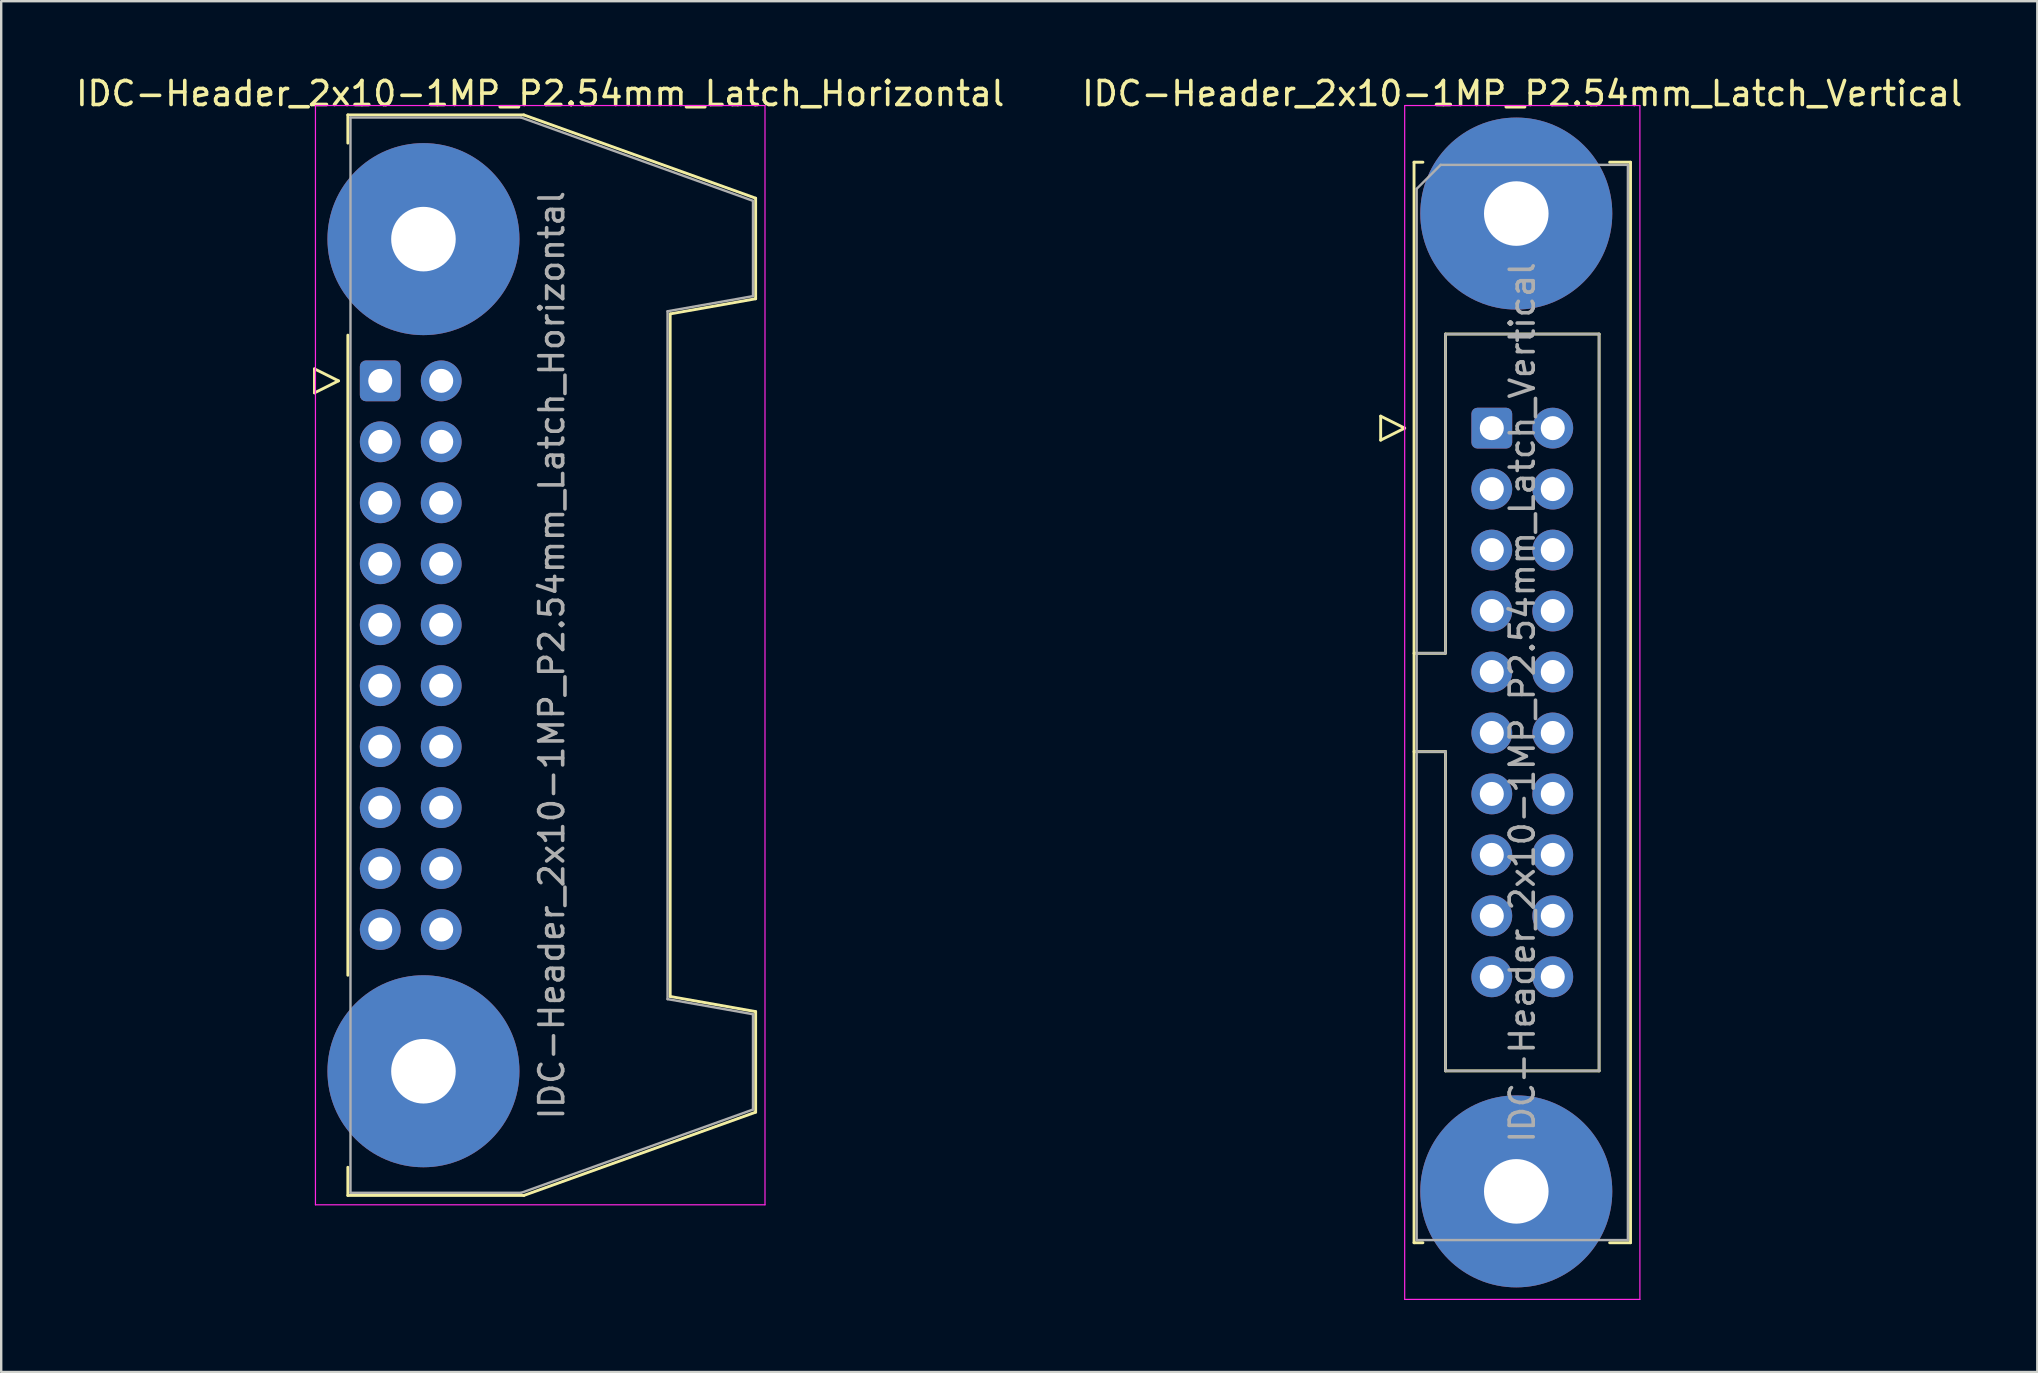
<source format=kicad_pcb>
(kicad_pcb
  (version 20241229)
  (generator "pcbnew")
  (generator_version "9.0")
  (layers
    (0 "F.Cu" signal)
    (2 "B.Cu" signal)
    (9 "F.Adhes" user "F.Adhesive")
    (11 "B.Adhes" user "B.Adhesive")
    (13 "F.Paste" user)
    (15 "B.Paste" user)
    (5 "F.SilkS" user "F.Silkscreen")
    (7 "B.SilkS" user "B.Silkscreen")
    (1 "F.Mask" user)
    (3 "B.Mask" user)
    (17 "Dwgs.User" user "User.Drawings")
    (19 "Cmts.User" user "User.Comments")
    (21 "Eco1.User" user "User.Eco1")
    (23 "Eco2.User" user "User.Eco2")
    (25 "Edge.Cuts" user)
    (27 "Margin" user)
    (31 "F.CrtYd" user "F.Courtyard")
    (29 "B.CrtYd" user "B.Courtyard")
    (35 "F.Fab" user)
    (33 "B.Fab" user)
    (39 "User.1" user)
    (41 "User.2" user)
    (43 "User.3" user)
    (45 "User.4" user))
  (footprint "IDC-Header_2x10-1MP_P2.54mm_Latch_Horizontal"
    (layer "F.Cu")
    (at 12.793 12.818)
    (property "Reference" "IDC-Header_2x10-1MP_P2.54mm_Latch_Horizontal" (at 6.665 -11.97 0) (layer "F.SilkS") (effects (font (size 1 1) (thickness 0.15))))
    (attr through_hole)
    (fp_line (start -2.74 -0.5) (end -2.74 0.5) (stroke (width 0.12) (type solid)) (layer "F.SilkS"))
    (fp_line (start -2.74 0.5) (end -1.74 0) (stroke (width 0.12) (type solid)) (layer "F.SilkS"))
    (fp_line (start -1.74 0) (end -2.74 -0.5) (stroke (width 0.12) (type solid)) (layer "F.SilkS"))
    (fp_line (start -1.35 -11.08) (end -1.35 -9.905) (stroke (width 0.12) (type solid)) (layer "F.SilkS"))
    (fp_line (start -1.35 -11.08) (end 5.98 -11.08) (stroke (width 0.12) (type solid)) (layer "F.SilkS"))
    (fp_line (start -1.35 -1.905) (end -1.35 24.765) (stroke (width 0.12) (type solid)) (layer "F.SilkS"))
    (fp_line (start -1.35 32.765) (end -1.35 33.94) (stroke (width 0.12) (type solid)) (layer "F.SilkS"))
    (fp_line (start 5.98 -11.08) (end 15.64 -7.61) (stroke (width 0.12) (type solid)) (layer "F.SilkS"))
    (fp_line (start 5.98 33.94) (end -1.35 33.94) (stroke (width 0.12) (type solid)) (layer "F.SilkS"))
    (fp_line (start 12.08 -2.79) (end 12.08 25.65) (stroke (width 0.12) (type solid)) (layer "F.SilkS"))
    (fp_line (start 12.08 25.65) (end 15.64 26.28) (stroke (width 0.12) (type solid)) (layer "F.SilkS"))
    (fp_line (start 15.64 -7.61) (end 15.64 -3.42) (stroke (width 0.12) (type solid)) (layer "F.SilkS"))
    (fp_line (start 15.64 -3.42) (end 12.08 -2.79) (stroke (width 0.12) (type solid)) (layer "F.SilkS"))
    (fp_line (start 15.64 26.28) (end 15.64 30.47) (stroke (width 0.12) (type solid)) (layer "F.SilkS"))
    (fp_line (start 15.64 30.47) (end 5.98 33.94) (stroke (width 0.12) (type solid)) (layer "F.SilkS"))
    (fp_line (start -2.7 -11.47) (end -2.7 34.33) (stroke (width 0.05) (type solid)) (layer "F.CrtYd"))
    (fp_line (start -2.7 34.33) (end 16.03 34.33) (stroke (width 0.05) (type solid)) (layer "F.CrtYd"))
    (fp_line (start 16.03 -11.47) (end -2.7 -11.47) (stroke (width 0.05) (type solid)) (layer "F.CrtYd"))
    (fp_line (start 16.03 34.33) (end 16.03 -11.47) (stroke (width 0.05) (type solid)) (layer "F.CrtYd"))
    (fp_line (start -1.24 -10.97) (end 5.87 -10.97) (stroke (width 0.1) (type solid)) (layer "F.Fab"))
    (fp_line (start -1.24 33.83) (end -1.24 -10.97) (stroke (width 0.1) (type solid)) (layer "F.Fab"))
    (fp_line (start 5.87 -10.97) (end 15.53 -7.5) (stroke (width 0.1) (type solid)) (layer "F.Fab"))
    (fp_line (start 5.87 33.83) (end -1.24 33.83) (stroke (width 0.1) (type solid)) (layer "F.Fab"))
    (fp_line (start 11.97 -2.9) (end 11.97 25.76) (stroke (width 0.1) (type solid)) (layer "F.Fab"))
    (fp_line (start 11.97 25.76) (end 15.53 26.39) (stroke (width 0.1) (type solid)) (layer "F.Fab"))
    (fp_line (start 15.53 -7.5) (end 15.53 -3.53) (stroke (width 0.1) (type solid)) (layer "F.Fab"))
    (fp_line (start 15.53 -3.53) (end 11.97 -2.9) (stroke (width 0.1) (type solid)) (layer "F.Fab"))
    (fp_line (start 15.53 26.39) (end 15.53 30.36) (stroke (width 0.1) (type solid)) (layer "F.Fab"))
    (fp_line (start 15.53 30.36) (end 5.87 33.83) (stroke (width 0.1) (type solid)) (layer "F.Fab"))
    (fp_text user "${REFERENCE}" (at 7.145 11.43 90) (layer "F.Fab") (effects (font (size 1 1) (thickness 0.15))))
    (pad "1" thru_hole roundrect (at 0 0) (size 1.7 1.7) (drill 1) (layers "*.Cu" "*.Mask") (roundrect_rratio 0.147))
    (pad "2" thru_hole circle (at 2.54 0) (size 1.7 1.7) (drill 1) (layers "*.Cu" "*.Mask"))
    (pad "3" thru_hole circle (at 0 2.54) (size 1.7 1.7) (drill 1) (layers "*.Cu" "*.Mask"))
    (pad "4" thru_hole circle (at 2.54 2.54) (size 1.7 1.7) (drill 1) (layers "*.Cu" "*.Mask"))
    (pad "5" thru_hole circle (at 0 5.08) (size 1.7 1.7) (drill 1) (layers "*.Cu" "*.Mask"))
    (pad "6" thru_hole circle (at 2.54 5.08) (size 1.7 1.7) (drill 1) (layers "*.Cu" "*.Mask"))
    (pad "7" thru_hole circle (at 0 7.62) (size 1.7 1.7) (drill 1) (layers "*.Cu" "*.Mask"))
    (pad "8" thru_hole circle (at 2.54 7.62) (size 1.7 1.7) (drill 1) (layers "*.Cu" "*.Mask"))
    (pad "9" thru_hole circle (at 0 10.16) (size 1.7 1.7) (drill 1) (layers "*.Cu" "*.Mask"))
    (pad "10" thru_hole circle (at 2.54 10.16) (size 1.7 1.7) (drill 1) (layers "*.Cu" "*.Mask"))
    (pad "11" thru_hole circle (at 0 12.7) (size 1.7 1.7) (drill 1) (layers "*.Cu" "*.Mask"))
    (pad "12" thru_hole circle (at 2.54 12.7) (size 1.7 1.7) (drill 1) (layers "*.Cu" "*.Mask"))
    (pad "13" thru_hole circle (at 0 15.24) (size 1.7 1.7) (drill 1) (layers "*.Cu" "*.Mask"))
    (pad "14" thru_hole circle (at 2.54 15.24) (size 1.7 1.7) (drill 1) (layers "*.Cu" "*.Mask"))
    (pad "15" thru_hole circle (at 0 17.78) (size 1.7 1.7) (drill 1) (layers "*.Cu" "*.Mask"))
    (pad "16" thru_hole circle (at 2.54 17.78) (size 1.7 1.7) (drill 1) (layers "*.Cu" "*.Mask"))
    (pad "17" thru_hole circle (at 0 20.32) (size 1.7 1.7) (drill 1) (layers "*.Cu" "*.Mask"))
    (pad "18" thru_hole circle (at 2.54 20.32) (size 1.7 1.7) (drill 1) (layers "*.Cu" "*.Mask"))
    (pad "19" thru_hole circle (at 0 22.86) (size 1.7 1.7) (drill 1) (layers "*.Cu" "*.Mask"))
    (pad "20" thru_hole circle (at 2.54 22.86) (size 1.7 1.7) (drill 1) (layers "*.Cu" "*.Mask"))
    (pad "MP" thru_hole circle (at 1.8 -5.905) (size 8 8) (drill 2.69) (layers "*.Cu" "*.Mask"))
    (pad "MP" thru_hole circle (at 1.8 28.765) (size 8 8) (drill 2.69) (layers "*.Cu" "*.Mask")))
  (footprint "IDC-Header_2x10-1MP_P2.54mm_Latch_Vertical"
    (layer "F.Cu")
    (at 59.105 14.788)
    (property "Reference" "IDC-Header_2x10-1MP_P2.54mm_Latch_Vertical" (at 1.27 -13.94 0) (layer "F.SilkS") (effects (font (size 1 1) (thickness 0.15))))
    (attr through_hole)
    (fp_line (start -4.63 -0.5) (end -4.63 0.5) (stroke (width 0.12) (type solid)) (layer "F.SilkS"))
    (fp_line (start -4.63 0.5) (end -3.63 0) (stroke (width 0.12) (type solid)) (layer "F.SilkS"))
    (fp_line (start -3.63 0) (end -4.63 -0.5) (stroke (width 0.12) (type solid)) (layer "F.SilkS"))
    (fp_line (start -3.24 -11.08) (end -3.24 33.94) (stroke (width 0.12) (type solid)) (layer "F.SilkS"))
    (fp_line (start -3.24 9.38) (end -1.93 9.38) (stroke (width 0.12) (type solid)) (layer "F.SilkS"))
    (fp_line (start -3.24 33.94) (end -2.87 33.94) (stroke (width 0.12) (type solid)) (layer "F.SilkS"))
    (fp_line (start -2.87 -11.08) (end -3.24 -11.08) (stroke (width 0.12) (type solid)) (layer "F.SilkS"))
    (fp_line (start -1.93 -3.92) (end 4.47 -3.92) (stroke (width 0.12) (type solid)) (layer "F.SilkS"))
    (fp_line (start -1.93 9.38) (end -1.93 -3.92) (stroke (width 0.12) (type solid)) (layer "F.SilkS"))
    (fp_line (start -1.93 13.48) (end -3.24 13.48) (stroke (width 0.12) (type solid)) (layer "F.SilkS"))
    (fp_line (start -1.93 13.48) (end -1.93 13.48) (stroke (width 0.12) (type solid)) (layer "F.SilkS"))
    (fp_line (start -1.93 26.78) (end -1.93 13.48) (stroke (width 0.12) (type solid)) (layer "F.SilkS"))
    (fp_line (start 4.47 -3.92) (end 4.47 26.78) (stroke (width 0.12) (type solid)) (layer "F.SilkS"))
    (fp_line (start 4.47 26.78) (end -1.93 26.78) (stroke (width 0.12) (type solid)) (layer "F.SilkS"))
    (fp_line (start 4.91 -11.08) (end 5.78 -11.08) (stroke (width 0.12) (type solid)) (layer "F.SilkS"))
    (fp_line (start 5.78 -11.08) (end 5.78 33.94) (stroke (width 0.12) (type solid)) (layer "F.SilkS"))
    (fp_line (start 5.78 33.94) (end 4.91 33.94) (stroke (width 0.12) (type solid)) (layer "F.SilkS"))
    (fp_line (start -3.63 -13.44) (end -3.63 36.3) (stroke (width 0.05) (type solid)) (layer "F.CrtYd"))
    (fp_line (start -3.63 36.3) (end 6.17 36.3) (stroke (width 0.05) (type solid)) (layer "F.CrtYd"))
    (fp_line (start 6.17 -13.44) (end -3.63 -13.44) (stroke (width 0.05) (type solid)) (layer "F.CrtYd"))
    (fp_line (start 6.17 36.3) (end 6.17 -13.44) (stroke (width 0.05) (type solid)) (layer "F.CrtYd"))
    (fp_line (start -3.13 -9.97) (end -2.13 -10.97) (stroke (width 0.1) (type solid)) (layer "F.Fab"))
    (fp_line (start -3.13 9.38) (end -1.93 9.38) (stroke (width 0.1) (type solid)) (layer "F.Fab"))
    (fp_line (start -3.13 33.83) (end -3.13 -9.97) (stroke (width 0.1) (type solid)) (layer "F.Fab"))
    (fp_line (start -2.13 -10.97) (end 5.67 -10.97) (stroke (width 0.1) (type solid)) (layer "F.Fab"))
    (fp_line (start -1.93 -3.92) (end 4.47 -3.92) (stroke (width 0.1) (type solid)) (layer "F.Fab"))
    (fp_line (start -1.93 9.38) (end -1.93 -3.92) (stroke (width 0.1) (type solid)) (layer "F.Fab"))
    (fp_line (start -1.93 13.48) (end -3.13 13.48) (stroke (width 0.1) (type solid)) (layer "F.Fab"))
    (fp_line (start -1.93 13.48) (end -1.93 13.48) (stroke (width 0.1) (type solid)) (layer "F.Fab"))
    (fp_line (start -1.93 26.78) (end -1.93 13.48) (stroke (width 0.1) (type solid)) (layer "F.Fab"))
    (fp_line (start 4.47 -3.92) (end 4.47 26.78) (stroke (width 0.1) (type solid)) (layer "F.Fab"))
    (fp_line (start 4.47 26.78) (end -1.93 26.78) (stroke (width 0.1) (type solid)) (layer "F.Fab"))
    (fp_line (start 5.67 -10.97) (end 5.67 33.83) (stroke (width 0.1) (type solid)) (layer "F.Fab"))
    (fp_line (start 5.67 33.83) (end -3.13 33.83) (stroke (width 0.1) (type solid)) (layer "F.Fab"))
    (fp_text user "${REFERENCE}" (at 1.27 11.43 90) (layer "F.Fab") (effects (font (size 1 1) (thickness 0.15))))
    (pad "1" thru_hole roundrect (at 0 0) (size 1.7 1.7) (drill 1) (layers "*.Cu" "*.Mask") (roundrect_rratio 0.147))
    (pad "2" thru_hole circle (at 2.54 0) (size 1.7 1.7) (drill 1) (layers "*.Cu" "*.Mask"))
    (pad "3" thru_hole circle (at 0 2.54) (size 1.7 1.7) (drill 1) (layers "*.Cu" "*.Mask"))
    (pad "4" thru_hole circle (at 2.54 2.54) (size 1.7 1.7) (drill 1) (layers "*.Cu" "*.Mask"))
    (pad "5" thru_hole circle (at 0 5.08) (size 1.7 1.7) (drill 1) (layers "*.Cu" "*.Mask"))
    (pad "6" thru_hole circle (at 2.54 5.08) (size 1.7 1.7) (drill 1) (layers "*.Cu" "*.Mask"))
    (pad "7" thru_hole circle (at 0 7.62) (size 1.7 1.7) (drill 1) (layers "*.Cu" "*.Mask"))
    (pad "8" thru_hole circle (at 2.54 7.62) (size 1.7 1.7) (drill 1) (layers "*.Cu" "*.Mask"))
    (pad "9" thru_hole circle (at 0 10.16) (size 1.7 1.7) (drill 1) (layers "*.Cu" "*.Mask"))
    (pad "10" thru_hole circle (at 2.54 10.16) (size 1.7 1.7) (drill 1) (layers "*.Cu" "*.Mask"))
    (pad "11" thru_hole circle (at 0 12.7) (size 1.7 1.7) (drill 1) (layers "*.Cu" "*.Mask"))
    (pad "12" thru_hole circle (at 2.54 12.7) (size 1.7 1.7) (drill 1) (layers "*.Cu" "*.Mask"))
    (pad "13" thru_hole circle (at 0 15.24) (size 1.7 1.7) (drill 1) (layers "*.Cu" "*.Mask"))
    (pad "14" thru_hole circle (at 2.54 15.24) (size 1.7 1.7) (drill 1) (layers "*.Cu" "*.Mask"))
    (pad "15" thru_hole circle (at 0 17.78) (size 1.7 1.7) (drill 1) (layers "*.Cu" "*.Mask"))
    (pad "16" thru_hole circle (at 2.54 17.78) (size 1.7 1.7) (drill 1) (layers "*.Cu" "*.Mask"))
    (pad "17" thru_hole circle (at 0 20.32) (size 1.7 1.7) (drill 1) (layers "*.Cu" "*.Mask"))
    (pad "18" thru_hole circle (at 2.54 20.32) (size 1.7 1.7) (drill 1) (layers "*.Cu" "*.Mask"))
    (pad "19" thru_hole circle (at 0 22.86) (size 1.7 1.7) (drill 1) (layers "*.Cu" "*.Mask"))
    (pad "20" thru_hole circle (at 2.54 22.86) (size 1.7 1.7) (drill 1) (layers "*.Cu" "*.Mask"))
    (pad "MP" thru_hole circle (at 1.02 -8.94) (size 8 8) (drill 2.69) (layers "*.Cu" "*.Mask"))
    (pad "MP" thru_hole circle (at 1.02 31.8) (size 8 8) (drill 2.69) (layers "*.Cu" "*.Mask")))
  (gr_rect
    (start -3 -3)
    (end 81.833 54.113)
    (stroke (width 0.1) (type default))
    (fill no)
    (layer "Edge.Cuts")))
</source>
